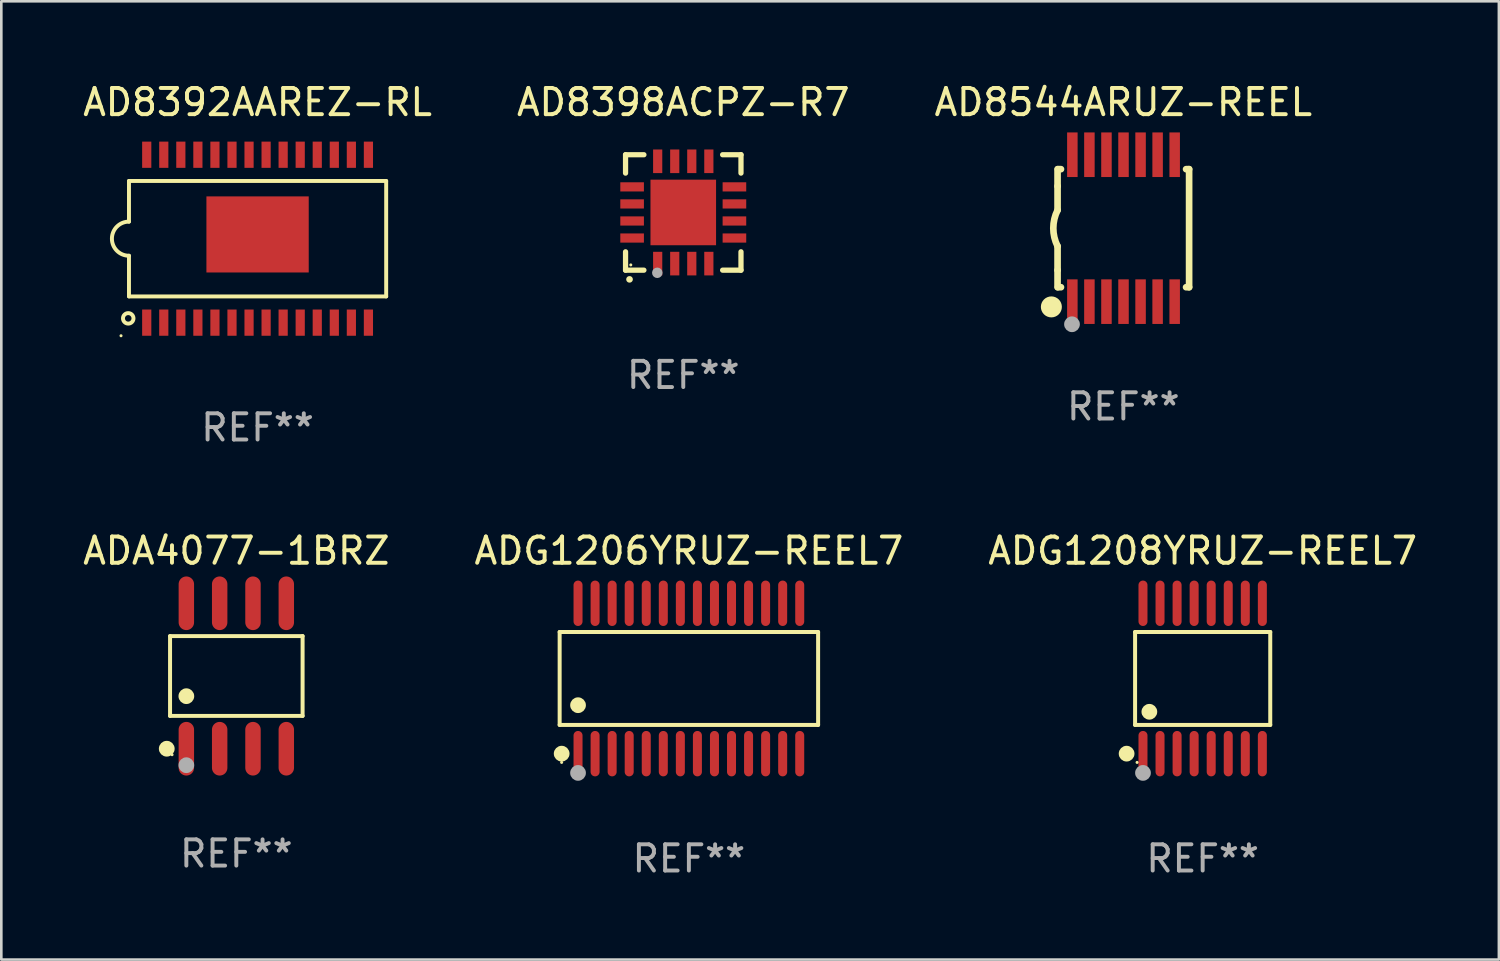
<source format=kicad_pcb>
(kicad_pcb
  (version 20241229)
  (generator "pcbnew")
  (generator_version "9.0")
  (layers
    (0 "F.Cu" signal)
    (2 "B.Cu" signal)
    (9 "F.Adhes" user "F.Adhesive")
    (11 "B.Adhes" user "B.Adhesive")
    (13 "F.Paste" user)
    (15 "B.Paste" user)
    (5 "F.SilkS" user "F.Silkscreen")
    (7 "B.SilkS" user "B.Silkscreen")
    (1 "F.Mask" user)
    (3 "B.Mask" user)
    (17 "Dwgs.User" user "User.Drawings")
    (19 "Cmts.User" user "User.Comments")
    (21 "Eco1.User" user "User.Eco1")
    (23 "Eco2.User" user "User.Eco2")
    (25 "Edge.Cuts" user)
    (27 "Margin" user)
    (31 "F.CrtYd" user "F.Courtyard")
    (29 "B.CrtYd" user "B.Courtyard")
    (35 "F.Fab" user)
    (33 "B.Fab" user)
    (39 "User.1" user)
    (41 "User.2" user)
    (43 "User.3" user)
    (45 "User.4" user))
  (footprint "ADA4077-1BRZ"
    (layer "F.Cu")
    (at 5.958 22.717)
    (property "Reference" "ADA4077-1BRZ" (at 0 -4.772 0) (layer "F.SilkS") (effects (font (size 1 1) (thickness 0.15))))
    (attr through_hole)
    (fp_line (start -2.526 -1.521) (end 2.526 -1.521) (stroke (width 0.152) (type solid)) (layer "F.SilkS"))
    (fp_line (start -2.526 1.521) (end -2.526 -1.521) (stroke (width 0.152) (type solid)) (layer "F.SilkS"))
    (fp_line (start 2.526 -1.521) (end 2.526 1.521) (stroke (width 0.152) (type solid)) (layer "F.SilkS"))
    (fp_line (start 2.526 1.521) (end -2.526 1.521) (stroke (width 0.152) (type solid)) (layer "F.SilkS"))
    (fp_circle (center -2.652 2.772) (end -2.501 2.772) (stroke (width 0.3) (type solid)) (fill no) (layer "F.SilkS"))
    (fp_circle (center -2.45 3) (end -2.42 3) (stroke (width 0.06) (type solid)) (fill no) (layer "F.SilkS"))
    (fp_circle (center -1.905 0.769) (end -1.755 0.769) (stroke (width 0.3) (type solid)) (fill no) (layer "F.SilkS"))
    (fp_circle (center -1.905 3.4) (end -1.755 3.4) (stroke (width 0.3) (type solid)) (fill no) (layer "F.Fab"))
    (fp_text user "REF**" (at 0 6.772 0) (layer "F.Fab") (effects (font (size 1 1) (thickness 0.15))))
    (pad "1" smd oval (at -1.905 2.772) (size 0.588 2.045) (layers "F.Cu" "F.Mask" "F.Paste"))
    (pad "2" smd oval (at -0.635 2.772) (size 0.588 2.045) (layers "F.Cu" "F.Mask" "F.Paste"))
    (pad "3" smd oval (at 0.635 2.772) (size 0.588 2.045) (layers "F.Cu" "F.Mask" "F.Paste"))
    (pad "4" smd oval (at 1.905 2.772) (size 0.588 2.045) (layers "F.Cu" "F.Mask" "F.Paste"))
    (pad "5" smd oval (at 1.905 -2.772) (size 0.588 2.045) (layers "F.Cu" "F.Mask" "F.Paste"))
    (pad "6" smd oval (at 0.635 -2.772) (size 0.588 2.045) (layers "F.Cu" "F.Mask" "F.Paste"))
    (pad "7" smd oval (at -0.635 -2.772) (size 0.588 2.045) (layers "F.Cu" "F.Mask" "F.Paste"))
    (pad "8" smd oval (at -1.905 -2.772) (size 0.588 2.045) (layers "F.Cu" "F.Mask" "F.Paste")))
  (footprint "AD8392AAREZ-RL"
    (layer "F.Cu")
    (at 6.768 6.048)
    (property "Reference" "AD8392AAREZ-RL" (at 0 -5.2 0) (layer "F.SilkS") (effects (font (size 1 1) (thickness 0.15))))
    (attr through_hole)
    (fp_line (start -4.902 -2.2) (end -4.902 -0.65) (stroke (width 0.15) (type solid)) (layer "F.SilkS"))
    (fp_line (start -4.902 -2.2) (end 4.902 -2.2) (stroke (width 0.15) (type solid)) (layer "F.SilkS"))
    (fp_line (start -4.902 2.2) (end -4.902 0.65) (stroke (width 0.15) (type solid)) (layer "F.SilkS"))
    (fp_line (start 4.902 -2.2) (end 4.902 2.2) (stroke (width 0.15) (type solid)) (layer "F.SilkS"))
    (fp_line (start 4.902 2.2) (end -4.902 2.2) (stroke (width 0.15) (type solid)) (layer "F.SilkS"))
    (fp_arc (start -4.90221 0.649962) (mid -5.552248 -0.000457) (end -4.901956 -0.650622) (stroke (width 0.150114) (type solid)) (layer "F.SilkS"))
    (fp_circle (center -5.205 3.7) (end -5.175 3.7) (stroke (width 0.06) (type solid)) (fill no) (layer "F.SilkS"))
    (fp_circle (center -4.93 3.037) (end -4.73 3.037) (stroke (width 0.15) (type solid)) (fill no) (layer "F.SilkS"))
    (fp_text user "REF**" (at 0 7.2 0) (layer "F.Fab") (effects (font (size 1 1) (thickness 0.15))))
    (pad "1" smd rect (at -4.225 3.2 90) (size 1 0.35) (layers "F.Cu" "F.Mask" "F.Paste"))
    (pad "2" smd rect (at -3.575 3.2 90) (size 1 0.35) (layers "F.Cu" "F.Mask" "F.Paste"))
    (pad "3" smd rect (at -2.925 3.2 90) (size 1 0.35) (layers "F.Cu" "F.Mask" "F.Paste"))
    (pad "4" smd rect (at -2.275 3.2 90) (size 1 0.35) (layers "F.Cu" "F.Mask" "F.Paste"))
    (pad "5" smd rect (at -1.625 3.2 90) (size 1 0.35) (layers "F.Cu" "F.Mask" "F.Paste"))
    (pad "6" smd rect (at -0.975 3.2 90) (size 1 0.35) (layers "F.Cu" "F.Mask" "F.Paste"))
    (pad "7" smd rect (at -0.325 3.2 90) (size 1 0.35) (layers "F.Cu" "F.Mask" "F.Paste"))
    (pad "8" smd rect (at 0.325 3.2 90) (size 1 0.35) (layers "F.Cu" "F.Mask" "F.Paste"))
    (pad "9" smd rect (at 0.975 3.2 90) (size 1 0.35) (layers "F.Cu" "F.Mask" "F.Paste"))
    (pad "10" smd rect (at 1.625 3.2 90) (size 1 0.35) (layers "F.Cu" "F.Mask" "F.Paste"))
    (pad "11" smd rect (at 2.275 3.2 90) (size 1 0.35) (layers "F.Cu" "F.Mask" "F.Paste"))
    (pad "12" smd rect (at 2.925 3.2 90) (size 1 0.35) (layers "F.Cu" "F.Mask" "F.Paste"))
    (pad "13" smd rect (at 3.575 3.2 90) (size 1 0.35) (layers "F.Cu" "F.Mask" "F.Paste"))
    (pad "14" smd rect (at 4.225 3.2 90) (size 1 0.35) (layers "F.Cu" "F.Mask" "F.Paste"))
    (pad "15" smd rect (at 4.225 -3.2 90) (size 1 0.35) (layers "F.Cu" "F.Mask" "F.Paste"))
    (pad "16" smd rect (at 3.575 -3.2 90) (size 1 0.35) (layers "F.Cu" "F.Mask" "F.Paste"))
    (pad "17" smd rect (at 2.925 -3.2 90) (size 1 0.35) (layers "F.Cu" "F.Mask" "F.Paste"))
    (pad "18" smd rect (at 2.275 -3.2 90) (size 1 0.35) (layers "F.Cu" "F.Mask" "F.Paste"))
    (pad "19" smd rect (at 1.625 -3.2 90) (size 1 0.35) (layers "F.Cu" "F.Mask" "F.Paste"))
    (pad "20" smd rect (at 0.975 -3.2 90) (size 1 0.35) (layers "F.Cu" "F.Mask" "F.Paste"))
    (pad "21" smd rect (at 0.325 -3.2 90) (size 1 0.35) (layers "F.Cu" "F.Mask" "F.Paste"))
    (pad "22" smd rect (at -0.325 -3.2 90) (size 1 0.35) (layers "F.Cu" "F.Mask" "F.Paste"))
    (pad "23" smd rect (at -0.975 -3.2 90) (size 1 0.35) (layers "F.Cu" "F.Mask" "F.Paste"))
    (pad "24" smd rect (at -1.625 -3.2 90) (size 1 0.35) (layers "F.Cu" "F.Mask" "F.Paste"))
    (pad "25" smd rect (at -2.275 -3.2 90) (size 1 0.35) (layers "F.Cu" "F.Mask" "F.Paste"))
    (pad "26" smd rect (at -2.925 -3.2 90) (size 1 0.35) (layers "F.Cu" "F.Mask" "F.Paste"))
    (pad "27" smd rect (at -3.575 -3.2 90) (size 1 0.35) (layers "F.Cu" "F.Mask" "F.Paste"))
    (pad "28" smd rect (at -4.225 -3.2 90) (size 1 0.35) (layers "F.Cu" "F.Mask" "F.Paste"))
    (pad "29" smd rect (at 0 -0.162 90) (size 2.9 3.9) (layers "F.Cu" "F.Mask" "F.Paste")))
  (footprint "ADG1208YRUZ-REEL7"
    (layer "F.Cu")
    (at 42.792 22.811)
    (property "Reference" "ADG1208YRUZ-REEL7" (at 0 -4.866 0) (layer "F.SilkS") (effects (font (size 1 1) (thickness 0.15))))
    (attr through_hole)
    (fp_line (start -2.576 -1.772) (end 2.576 -1.772) (stroke (width 0.152) (type solid)) (layer "F.SilkS"))
    (fp_line (start -2.576 1.771) (end -2.576 -1.772) (stroke (width 0.152) (type solid)) (layer "F.SilkS"))
    (fp_line (start 2.576 -1.772) (end 2.576 1.771) (stroke (width 0.152) (type solid)) (layer "F.SilkS"))
    (fp_line (start 2.576 1.771) (end -2.576 1.771) (stroke (width 0.152) (type solid)) (layer "F.SilkS"))
    (fp_circle (center -2.899 2.866) (end -2.749 2.866) (stroke (width 0.3) (type solid)) (fill no) (layer "F.SilkS"))
    (fp_circle (center -2.5 3.2) (end -2.47 3.2) (stroke (width 0.06) (type solid)) (fill no) (layer "F.SilkS"))
    (fp_circle (center -2.032 1.27) (end -1.882 1.27) (stroke (width 0.3) (type solid)) (fill no) (layer "F.SilkS"))
    (fp_circle (center -2.275 3.6) (end -2.125 3.6) (stroke (width 0.3) (type solid)) (fill no) (layer "F.Fab"))
    (fp_text user "REF**" (at 0 6.866 0) (layer "F.Fab") (effects (font (size 1 1) (thickness 0.15))))
    (pad "1" smd oval (at -2.275 2.866) (size 0.343 1.731) (layers "F.Cu" "F.Mask" "F.Paste"))
    (pad "2" smd oval (at -1.625 2.866) (size 0.343 1.731) (layers "F.Cu" "F.Mask" "F.Paste"))
    (pad "3" smd oval (at -0.975 2.866) (size 0.343 1.731) (layers "F.Cu" "F.Mask" "F.Paste"))
    (pad "4" smd oval (at -0.325 2.866) (size 0.343 1.731) (layers "F.Cu" "F.Mask" "F.Paste"))
    (pad "5" smd oval (at 0.325 2.866) (size 0.343 1.731) (layers "F.Cu" "F.Mask" "F.Paste"))
    (pad "6" smd oval (at 0.975 2.866) (size 0.343 1.731) (layers "F.Cu" "F.Mask" "F.Paste"))
    (pad "7" smd oval (at 1.625 2.866) (size 0.343 1.731) (layers "F.Cu" "F.Mask" "F.Paste"))
    (pad "8" smd oval (at 2.275 2.866) (size 0.343 1.731) (layers "F.Cu" "F.Mask" "F.Paste"))
    (pad "9" smd oval (at 2.275 -2.866) (size 0.343 1.731) (layers "F.Cu" "F.Mask" "F.Paste"))
    (pad "10" smd oval (at 1.625 -2.866) (size 0.343 1.731) (layers "F.Cu" "F.Mask" "F.Paste"))
    (pad "11" smd oval (at 0.975 -2.866) (size 0.343 1.731) (layers "F.Cu" "F.Mask" "F.Paste"))
    (pad "12" smd oval (at 0.325 -2.866) (size 0.343 1.731) (layers "F.Cu" "F.Mask" "F.Paste"))
    (pad "13" smd oval (at -0.325 -2.866) (size 0.343 1.731) (layers "F.Cu" "F.Mask" "F.Paste"))
    (pad "14" smd oval (at -0.975 -2.866) (size 0.343 1.731) (layers "F.Cu" "F.Mask" "F.Paste"))
    (pad "15" smd oval (at -1.625 -2.866) (size 0.343 1.731) (layers "F.Cu" "F.Mask" "F.Paste"))
    (pad "16" smd oval (at -2.275 -2.866) (size 0.343 1.731) (layers "F.Cu" "F.Mask" "F.Paste")))
  (footprint "AD8544ARUZ-REEL"
    (layer "F.Cu")
    (at 39.768 5.648)
    (property "Reference" "AD8544ARUZ-REEL" (at 0 -4.8 0) (layer "F.SilkS") (effects (font (size 1 1) (thickness 0.15))))
    (attr through_hole)
    (fp_line (start -2.507 -1.6) (end -2.507 -2.25) (stroke (width 0.254) (type solid)) (layer "F.SilkS"))
    (fp_line (start -2.507 -0.686) (end -2.507 -1.6) (stroke (width 0.254) (type solid)) (layer "F.SilkS"))
    (fp_line (start -2.507 1.6) (end -2.507 0.686) (stroke (width 0.254) (type solid)) (layer "F.SilkS"))
    (fp_line (start -2.507 1.6) (end -2.507 2.25) (stroke (width 0.254) (type solid)) (layer "F.SilkS"))
    (fp_line (start -2.493 -2.25) (end -2.377 -2.25) (stroke (width 0.254) (type solid)) (layer "F.SilkS"))
    (fp_line (start -2.377 2.25) (end -2.493 2.25) (stroke (width 0.254) (type solid)) (layer "F.SilkS"))
    (fp_line (start 2.392 -2.25) (end 2.507 -2.25) (stroke (width 0.254) (type solid)) (layer "F.SilkS"))
    (fp_line (start 2.507 -2.25) (end 2.507 2.25) (stroke (width 0.254) (type solid)) (layer "F.SilkS"))
    (fp_line (start 2.507 2.25) (end 2.392 2.25) (stroke (width 0.254) (type solid)) (layer "F.SilkS"))
    (fp_arc (start -2.507303 0.685802) (mid -2.669199 0) (end -2.507303 -0.685801) (stroke (width 0.254001) (type solid)) (layer "F.SilkS"))
    (fp_circle (center -2.743 3) (end -2.543 3) (stroke (width 0.4) (type solid)) (fill no) (layer "F.SilkS"))
    (fp_circle (center -2.493 3.2) (end -2.463 3.2) (stroke (width 0.06) (type solid)) (fill no) (layer "F.SilkS"))
    (fp_circle (center -1.957 3.662) (end -1.807 3.662) (stroke (width 0.3) (type solid)) (fill no) (layer "F.Fab"))
    (fp_text user "REF**" (at 0 6.8 0) (layer "F.Fab") (effects (font (size 1 1) (thickness 0.15))))
    (pad "1" smd rect (at -1.943 2.8) (size 0.4 1.7) (layers "F.Cu" "F.Mask" "F.Paste"))
    (pad "2" smd rect (at -1.293 2.8) (size 0.4 1.7) (layers "F.Cu" "F.Mask" "F.Paste"))
    (pad "3" smd rect (at -0.643 2.8) (size 0.4 1.7) (layers "F.Cu" "F.Mask" "F.Paste"))
    (pad "4" smd rect (at 0.007 2.8) (size 0.4 1.7) (layers "F.Cu" "F.Mask" "F.Paste"))
    (pad "5" smd rect (at 0.657 2.8) (size 0.4 1.7) (layers "F.Cu" "F.Mask" "F.Paste"))
    (pad "6" smd rect (at 1.307 2.8) (size 0.4 1.7) (layers "F.Cu" "F.Mask" "F.Paste"))
    (pad "7" smd rect (at 1.957 2.8) (size 0.4 1.7) (layers "F.Cu" "F.Mask" "F.Paste"))
    (pad "8" smd rect (at 1.957 -2.8) (size 0.4 1.7) (layers "F.Cu" "F.Mask" "F.Paste"))
    (pad "9" smd rect (at 1.307 -2.8) (size 0.4 1.7) (layers "F.Cu" "F.Mask" "F.Paste"))
    (pad "10" smd rect (at 0.657 -2.8) (size 0.4 1.7) (layers "F.Cu" "F.Mask" "F.Paste"))
    (pad "11" smd rect (at 0.007 -2.8) (size 0.4 1.7) (layers "F.Cu" "F.Mask" "F.Paste"))
    (pad "12" smd rect (at -0.643 -2.8) (size 0.4 1.7) (layers "F.Cu" "F.Mask" "F.Paste"))
    (pad "13" smd rect (at -1.293 -2.8) (size 0.4 1.7) (layers "F.Cu" "F.Mask" "F.Paste"))
    (pad "14" smd rect (at -1.943 -2.8) (size 0.4 1.7) (layers "F.Cu" "F.Mask" "F.Paste")))
  (footprint "AD8398ACPZ-R7"
    (layer "F.Cu")
    (at 22.994 5.048)
    (property "Reference" "AD8398ACPZ-R7" (at 0 -4.2 0) (layer "F.SilkS") (effects (font (size 1 1) (thickness 0.15))))
    (attr through_hole)
    (fp_line (start -2.2 -2.2) (end -1.5 -2.2) (stroke (width 0.2) (type solid)) (layer "F.SilkS"))
    (fp_line (start -2.2 -1.5) (end -2.2 -2.2) (stroke (width 0.2) (type solid)) (layer "F.SilkS"))
    (fp_line (start -2.2 2.2) (end -2.2 1.5) (stroke (width 0.2) (type solid)) (layer "F.SilkS"))
    (fp_line (start -1.5 2.2) (end -2.2 2.2) (stroke (width 0.2) (type solid)) (layer "F.SilkS"))
    (fp_line (start 1.5 2.2) (end 2.2 2.2) (stroke (width 0.2) (type solid)) (layer "F.SilkS"))
    (fp_line (start 2.2 -2.2) (end 1.5 -2.2) (stroke (width 0.2) (type solid)) (layer "F.SilkS"))
    (fp_line (start 2.2 -1.5) (end 2.2 -2.2) (stroke (width 0.2) (type solid)) (layer "F.SilkS"))
    (fp_line (start 2.2 2.2) (end 2.2 1.5) (stroke (width 0.2) (type solid)) (layer "F.SilkS"))
    (fp_arc (start -2.049784 2.550165) (mid -2.048514 2.550159) (end -2.047244 2.550165) (stroke (width 0.25) (type solid)) (layer "F.SilkS"))
    (fp_circle (center -2 2) (end -1.97 2) (stroke (width 0.06) (type solid)) (fill no) (layer "F.SilkS"))
    (fp_circle (center -0.99 2.3) (end -0.89 2.3) (stroke (width 0.2) (type solid)) (fill no) (layer "F.Fab"))
    (fp_text user "REF**" (at 0 6.2 0) (layer "F.Fab") (effects (font (size 1 1) (thickness 0.15))))
    (pad "1" smd rect (at -0.975 1.95 180) (size 0.35 0.9) (layers "F.Cu" "F.Mask" "F.Paste"))
    (pad "2" smd rect (at -0.325 1.95 180) (size 0.35 0.9) (layers "F.Cu" "F.Mask" "F.Paste"))
    (pad "3" smd rect (at 0.325 1.95 180) (size 0.35 0.9) (layers "F.Cu" "F.Mask" "F.Paste"))
    (pad "4" smd rect (at 0.975 1.95 180) (size 0.35 0.9) (layers "F.Cu" "F.Mask" "F.Paste"))
    (pad "5" smd rect (at 1.95 0.975 90) (size 0.35 0.9) (layers "F.Cu" "F.Mask" "F.Paste"))
    (pad "6" smd rect (at 1.95 0.325 90) (size 0.35 0.9) (layers "F.Cu" "F.Mask" "F.Paste"))
    (pad "7" smd rect (at 1.95 -0.325 90) (size 0.35 0.9) (layers "F.Cu" "F.Mask" "F.Paste"))
    (pad "8" smd rect (at 1.95 -0.975 90) (size 0.35 0.9) (layers "F.Cu" "F.Mask" "F.Paste"))
    (pad "9" smd rect (at 0.975 -1.95 180) (size 0.35 0.9) (layers "F.Cu" "F.Mask" "F.Paste"))
    (pad "10" smd rect (at 0.325 -1.95 180) (size 0.35 0.9) (layers "F.Cu" "F.Mask" "F.Paste"))
    (pad "11" smd rect (at -0.325 -1.95 180) (size 0.35 0.9) (layers "F.Cu" "F.Mask" "F.Paste"))
    (pad "12" smd rect (at -0.975 -1.95 180) (size 0.35 0.9) (layers "F.Cu" "F.Mask" "F.Paste"))
    (pad "13" smd rect (at -1.95 -0.975 90) (size 0.35 0.9) (layers "F.Cu" "F.Mask" "F.Paste"))
    (pad "14" smd rect (at -1.95 -0.325 90) (size 0.35 0.9) (layers "F.Cu" "F.Mask" "F.Paste"))
    (pad "15" smd rect (at -1.95 0.325 90) (size 0.35 0.9) (layers "F.Cu" "F.Mask" "F.Paste"))
    (pad "16" smd rect (at -1.95 0.975 90) (size 0.35 0.9) (layers "F.Cu" "F.Mask" "F.Paste"))
    (pad "17" smd rect (at 0.000051 0.000051 90) (size 2.5 2.5) (layers "F.Cu" "F.Mask" "F.Paste")))
  (footprint "ADG1206YRUZ-REEL7"
    (layer "F.Cu")
    (at 23.208 22.811)
    (property "Reference" "ADG1206YRUZ-REEL7" (at 0 -4.866 0) (layer "F.SilkS") (effects (font (size 1 1) (thickness 0.15))))
    (attr through_hole)
    (fp_line (start -4.926 -1.772) (end 4.926 -1.772) (stroke (width 0.152) (type solid)) (layer "F.SilkS"))
    (fp_line (start -4.926 1.771) (end -4.926 -1.772) (stroke (width 0.152) (type solid)) (layer "F.SilkS"))
    (fp_line (start 4.926 -1.772) (end 4.926 1.771) (stroke (width 0.152) (type solid)) (layer "F.SilkS"))
    (fp_line (start 4.926 1.771) (end -4.926 1.771) (stroke (width 0.152) (type solid)) (layer "F.SilkS"))
    (fp_circle (center -4.85 3.2) (end -4.82 3.2) (stroke (width 0.06) (type solid)) (fill no) (layer "F.SilkS"))
    (fp_circle (center -4.849 2.866) (end -4.699 2.866) (stroke (width 0.3) (type solid)) (fill no) (layer "F.SilkS"))
    (fp_circle (center -4.225 1.019) (end -4.075 1.019) (stroke (width 0.3) (type solid)) (fill no) (layer "F.SilkS"))
    (fp_circle (center -4.225 3.6) (end -4.075 3.6) (stroke (width 0.3) (type solid)) (fill no) (layer "F.Fab"))
    (fp_text user "REF**" (at 0 6.866 0) (layer "F.Fab") (effects (font (size 1 1) (thickness 0.15))))
    (pad "1" smd oval (at -4.225 2.866) (size 0.343 1.731) (layers "F.Cu" "F.Mask" "F.Paste"))
    (pad "2" smd oval (at -3.575 2.866) (size 0.343 1.731) (layers "F.Cu" "F.Mask" "F.Paste"))
    (pad "3" smd oval (at -2.925 2.866) (size 0.343 1.731) (layers "F.Cu" "F.Mask" "F.Paste"))
    (pad "4" smd oval (at -2.275 2.866) (size 0.343 1.731) (layers "F.Cu" "F.Mask" "F.Paste"))
    (pad "5" smd oval (at -1.625 2.866) (size 0.343 1.731) (layers "F.Cu" "F.Mask" "F.Paste"))
    (pad "6" smd oval (at -0.975 2.866) (size 0.343 1.731) (layers "F.Cu" "F.Mask" "F.Paste"))
    (pad "7" smd oval (at -0.325 2.866) (size 0.343 1.731) (layers "F.Cu" "F.Mask" "F.Paste"))
    (pad "8" smd oval (at 0.325 2.866) (size 0.343 1.731) (layers "F.Cu" "F.Mask" "F.Paste"))
    (pad "9" smd oval (at 0.975 2.866) (size 0.343 1.731) (layers "F.Cu" "F.Mask" "F.Paste"))
    (pad "10" smd oval (at 1.625 2.866) (size 0.343 1.731) (layers "F.Cu" "F.Mask" "F.Paste"))
    (pad "11" smd oval (at 2.275 2.866) (size 0.343 1.731) (layers "F.Cu" "F.Mask" "F.Paste"))
    (pad "12" smd oval (at 2.925 2.866) (size 0.343 1.731) (layers "F.Cu" "F.Mask" "F.Paste"))
    (pad "13" smd oval (at 3.575 2.866) (size 0.343 1.731) (layers "F.Cu" "F.Mask" "F.Paste"))
    (pad "14" smd oval (at 4.225 2.866) (size 0.343 1.731) (layers "F.Cu" "F.Mask" "F.Paste"))
    (pad "15" smd oval (at 4.225 -2.866) (size 0.343 1.731) (layers "F.Cu" "F.Mask" "F.Paste"))
    (pad "16" smd oval (at 3.575 -2.866) (size 0.343 1.731) (layers "F.Cu" "F.Mask" "F.Paste"))
    (pad "17" smd oval (at 2.925 -2.866) (size 0.343 1.731) (layers "F.Cu" "F.Mask" "F.Paste"))
    (pad "18" smd oval (at 2.275 -2.866) (size 0.343 1.731) (layers "F.Cu" "F.Mask" "F.Paste"))
    (pad "19" smd oval (at 1.625 -2.866) (size 0.343 1.731) (layers "F.Cu" "F.Mask" "F.Paste"))
    (pad "20" smd oval (at 0.975 -2.866) (size 0.343 1.731) (layers "F.Cu" "F.Mask" "F.Paste"))
    (pad "21" smd oval (at 0.325 -2.866) (size 0.343 1.731) (layers "F.Cu" "F.Mask" "F.Paste"))
    (pad "22" smd oval (at -0.325 -2.866) (size 0.343 1.731) (layers "F.Cu" "F.Mask" "F.Paste"))
    (pad "23" smd oval (at -0.975 -2.866) (size 0.343 1.731) (layers "F.Cu" "F.Mask" "F.Paste"))
    (pad "24" smd oval (at -1.625 -2.866) (size 0.343 1.731) (layers "F.Cu" "F.Mask" "F.Paste"))
    (pad "25" smd oval (at -2.275 -2.866) (size 0.343 1.731) (layers "F.Cu" "F.Mask" "F.Paste"))
    (pad "26" smd oval (at -2.925 -2.866) (size 0.343 1.731) (layers "F.Cu" "F.Mask" "F.Paste"))
    (pad "27" smd oval (at -3.575 -2.866) (size 0.343 1.731) (layers "F.Cu" "F.Mask" "F.Paste"))
    (pad "28" smd oval (at -4.225 -2.866) (size 0.343 1.731) (layers "F.Cu" "F.Mask" "F.Paste")))
  (gr_rect
    (start -3 -3)
    (end 54.083 33.525)
    (stroke (width 0.1) (type default))
    (fill no)
    (layer "Edge.Cuts")))
</source>
